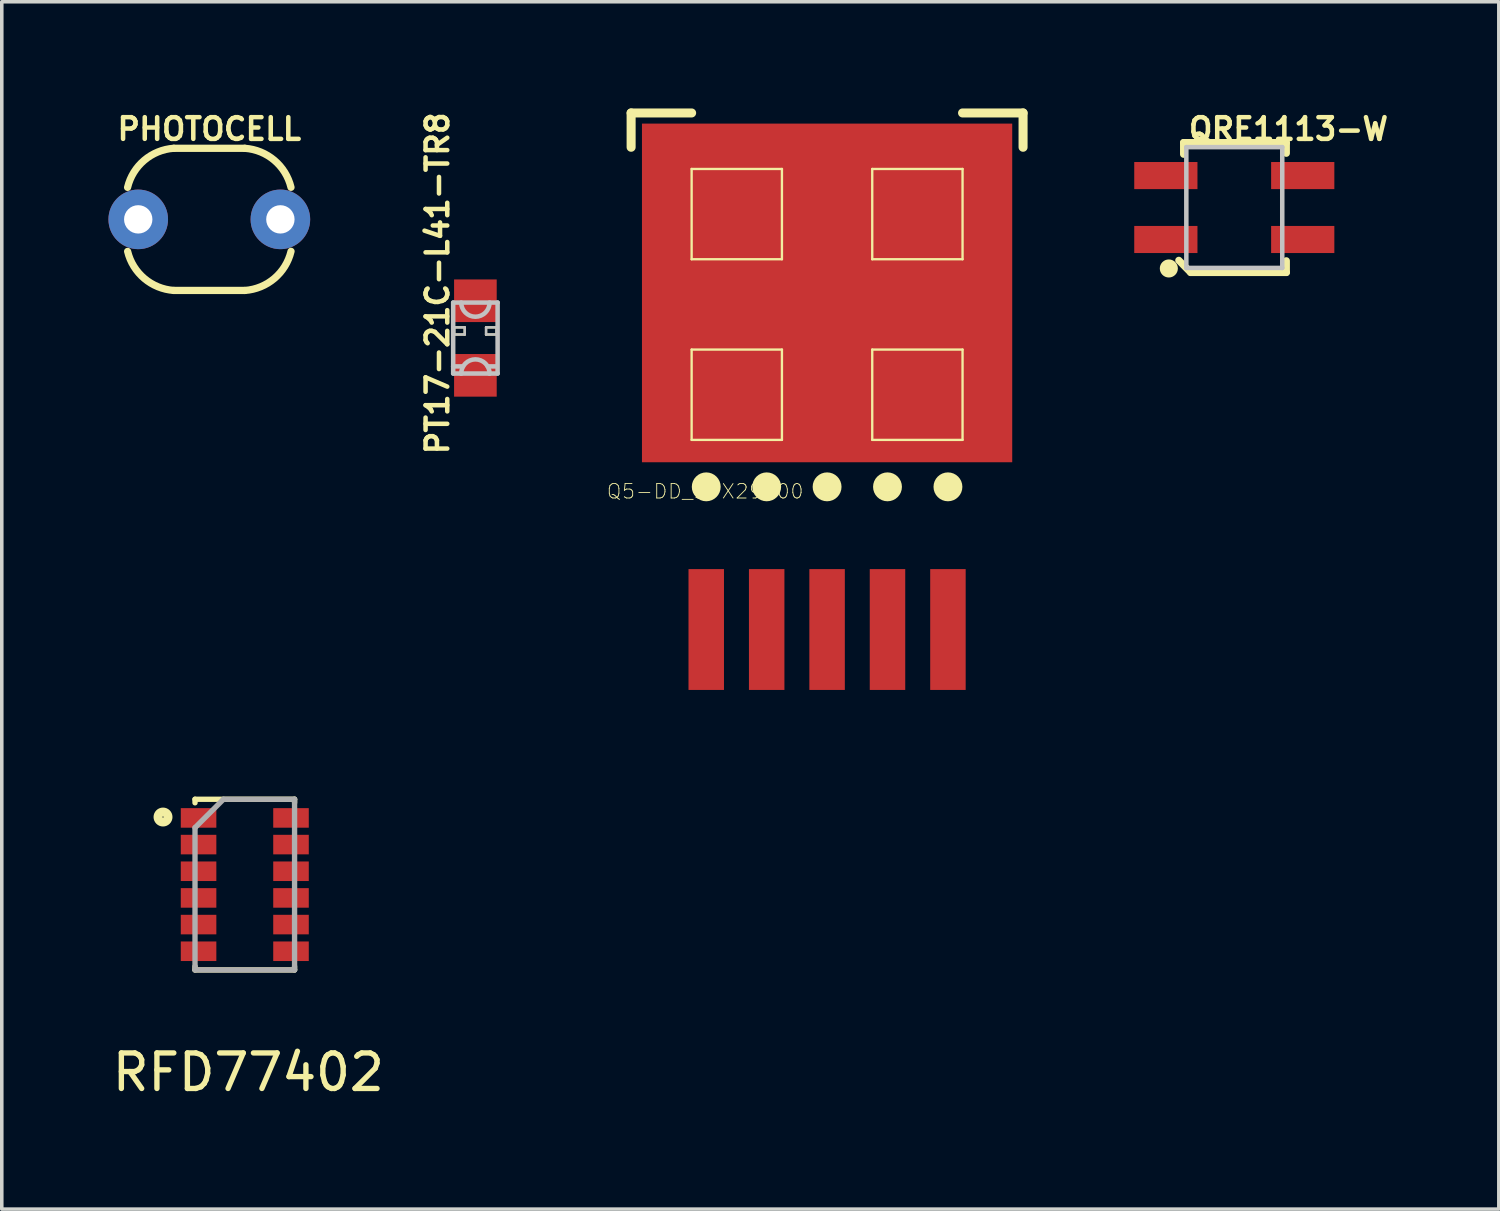
<source format=kicad_pcb>
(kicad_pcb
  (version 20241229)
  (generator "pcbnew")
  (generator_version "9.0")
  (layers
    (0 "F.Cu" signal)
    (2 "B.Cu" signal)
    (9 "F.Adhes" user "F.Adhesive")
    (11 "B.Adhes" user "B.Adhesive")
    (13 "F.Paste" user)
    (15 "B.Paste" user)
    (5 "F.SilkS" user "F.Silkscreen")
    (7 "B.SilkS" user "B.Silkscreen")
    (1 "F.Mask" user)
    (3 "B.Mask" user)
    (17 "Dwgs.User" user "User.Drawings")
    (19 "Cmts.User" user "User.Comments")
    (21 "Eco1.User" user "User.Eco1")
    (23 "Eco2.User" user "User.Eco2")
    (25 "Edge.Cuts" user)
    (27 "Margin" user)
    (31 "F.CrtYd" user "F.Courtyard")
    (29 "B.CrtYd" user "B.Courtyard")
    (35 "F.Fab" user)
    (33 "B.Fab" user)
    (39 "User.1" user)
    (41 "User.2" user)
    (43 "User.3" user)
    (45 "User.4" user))
  (footprint "Q5-DD_SPX29300"
    (layer "F.Cu")
    (at 20.213 6.782)
    (property "Reference" "Q5-DD_SPX29300" (at -3.429 3.988 0) (layer "F.SilkS") (effects (font (size 0.406 0.406) (thickness 0.025))))
    (attr smd)
    (fp_line (start -5.512 -6.655) (end -3.81 -6.655) (stroke (width 0.254) (type solid)) (layer "F.SilkS"))
    (fp_line (start -5.512 -5.69) (end -5.512 -6.655) (stroke (width 0.254) (type solid)) (layer "F.SilkS"))
    (fp_line (start -3.81 -5.08) (end -1.27 -5.08) (stroke (width 0.066) (type solid)) (layer "F.SilkS"))
    (fp_line (start -3.81 -2.54) (end -3.81 -5.08) (stroke (width 0.066) (type solid)) (layer "F.SilkS"))
    (fp_line (start -3.81 -2.54) (end -1.27 -2.54) (stroke (width 0.066) (type solid)) (layer "F.SilkS"))
    (fp_line (start -3.81 0) (end -1.27 0) (stroke (width 0.066) (type solid)) (layer "F.SilkS"))
    (fp_line (start -3.81 2.54) (end -3.81 0) (stroke (width 0.066) (type solid)) (layer "F.SilkS"))
    (fp_line (start -3.81 2.54) (end -1.27 2.54) (stroke (width 0.066) (type solid)) (layer "F.SilkS"))
    (fp_line (start -1.27 -2.54) (end -1.27 -5.08) (stroke (width 0.066) (type solid)) (layer "F.SilkS"))
    (fp_line (start -1.27 2.54) (end -1.27 0) (stroke (width 0.066) (type solid)) (layer "F.SilkS"))
    (fp_line (start 1.27 -5.08) (end 3.81 -5.08) (stroke (width 0.066) (type solid)) (layer "F.SilkS"))
    (fp_line (start 1.27 -2.54) (end 1.27 -5.08) (stroke (width 0.066) (type solid)) (layer "F.SilkS"))
    (fp_line (start 1.27 -2.54) (end 3.81 -2.54) (stroke (width 0.066) (type solid)) (layer "F.SilkS"))
    (fp_line (start 1.27 0) (end 3.81 0) (stroke (width 0.066) (type solid)) (layer "F.SilkS"))
    (fp_line (start 1.27 2.54) (end 1.27 0) (stroke (width 0.066) (type solid)) (layer "F.SilkS"))
    (fp_line (start 1.27 2.54) (end 3.81 2.54) (stroke (width 0.066) (type solid)) (layer "F.SilkS"))
    (fp_line (start 3.81 -2.54) (end 3.81 -5.08) (stroke (width 0.066) (type solid)) (layer "F.SilkS"))
    (fp_line (start 3.81 2.54) (end 3.81 0) (stroke (width 0.066) (type solid)) (layer "F.SilkS"))
    (fp_line (start 5.512 -6.655) (end 3.81 -6.655) (stroke (width 0.254) (type solid)) (layer "F.SilkS"))
    (fp_line (start 5.512 -5.69) (end 5.512 -6.655) (stroke (width 0.254) (type solid)) (layer "F.SilkS"))
    (fp_circle (center -3.399 3.861) (end -3.399 3.658) (stroke (width 0.406) (type solid)) (fill no) (layer "F.SilkS"))
    (fp_circle (center -1.699 3.861) (end -1.699 3.658) (stroke (width 0.406) (type solid)) (fill no) (layer "F.SilkS"))
    (fp_circle (center 0 3.861) (end 0 3.658) (stroke (width 0.406) (type solid)) (fill no) (layer "F.SilkS"))
    (fp_circle (center 1.699 3.861) (end 1.699 3.658) (stroke (width 0.406) (type solid)) (fill no) (layer "F.SilkS"))
    (fp_circle (center 3.399 3.861) (end 3.399 3.658) (stroke (width 0.406) (type solid)) (fill no) (layer "F.SilkS"))
    (pad "1" smd rect (at -3.399 7.874) (size 0.998 3.399) (layers "F.Cu" "F.Mask" "F.Paste"))
    (pad "2" smd rect (at -1.699 7.874) (size 0.998 3.399) (layers "F.Cu" "F.Mask" "F.Paste"))
    (pad "3" smd rect (at 0 7.874) (size 0.998 3.399) (layers "F.Cu" "F.Mask" "F.Paste"))
    (pad "4" smd rect (at 1.699 7.874) (size 0.998 3.399) (layers "F.Cu" "F.Mask" "F.Paste"))
    (pad "5" smd rect (at 3.399 7.874) (size 0.998 3.399) (layers "F.Cu" "F.Mask" "F.Paste"))
    (pad "6" smd rect (at 0 -1.593) (size 10.414 9.525) (layers "F.Cu" "F.Mask" "F.Paste")))
  (footprint "PHOTOCELL"
    (layer "F.Cu")
    (at 2.837 3.12)
    (property "Reference" "PHOTOCELL" (at 0 -2.54 0) (layer "F.SilkS") (effects (font (size 0.61 0.61) (thickness 0.127))))
    (attr exclude_from_pos_files exclude_from_bom)
    (fp_line (start -0.998 -1.999) (end 0.998 -1.999) (stroke (width 0.203) (type solid)) (layer "F.SilkS"))
    (fp_line (start 0.998 1.999) (end -0.998 1.999) (stroke (width 0.203) (type solid)) (layer "F.SilkS"))
    (fp_arc (start -2.2987 -0.89916) (mid -1.829557 -1.661826) (end -1.000248 -1.999466) (stroke (width 0.2032) (type solid)) (layer "F.SilkS"))
    (fp_arc (start -0.99822 1.99898) (mid -1.827635 1.662634) (end -2.297627 0.900948) (stroke (width 0.2032) (type solid)) (layer "F.SilkS"))
    (fp_arc (start 0.99822 -1.99898) (mid 1.827635 -1.662634) (end 2.297627 -0.900948) (stroke (width 0.2032) (type solid)) (layer "F.SilkS"))
    (fp_arc (start 2.2987 0.89916) (mid 1.829557 1.661826) (end 1.000248 1.999466) (stroke (width 0.2032) (type solid)) (layer "F.SilkS"))
    (pad "1" thru_hole circle (at -1.999 0) (size 1.676 1.676) (drill 0.798) (layers "*.Cu" "*.Paste" "*.Mask"))
    (pad "2" thru_hole circle (at 1.999 0) (size 1.676 1.676) (drill 0.798) (layers "*.Cu" "*.Paste" "*.Mask")))
  (footprint "PT17-21C-L41-TR8"
    (layer "F.Cu")
    (at 10.321 6.458)
    (property "Reference" "PT17-21C-L41-TR8" (at -1.067 -1.539 90) (layer "F.SilkS") (effects (font (size 0.61 0.61) (thickness 0.127))))
    (attr smd)
    (fp_line (start -0.599 -0.3) (end -0.3 -0.3) (stroke (width 0.066) (type solid)) (layer "F.SilkS"))
    (fp_line (start -0.599 -0.099) (end -0.599 -0.3) (stroke (width 0.066) (type solid)) (layer "F.SilkS"))
    (fp_line (start -0.599 -0.099) (end -0.3 -0.099) (stroke (width 0.066) (type solid)) (layer "F.SilkS"))
    (fp_line (start -0.3 -0.099) (end -0.3 -0.3) (stroke (width 0.066) (type solid)) (layer "F.SilkS"))
    (fp_line (start 0.3 -0.3) (end 0.599 -0.3) (stroke (width 0.066) (type solid)) (layer "F.SilkS"))
    (fp_line (start 0.3 -0.099) (end 0.3 -0.3) (stroke (width 0.066) (type solid)) (layer "F.SilkS"))
    (fp_line (start 0.3 -0.099) (end 0.599 -0.099) (stroke (width 0.066) (type solid)) (layer "F.SilkS"))
    (fp_line (start 0.599 -0.099) (end 0.599 -0.3) (stroke (width 0.066) (type solid)) (layer "F.SilkS"))
    (fp_line (start -0.625 -0.998) (end 0.625 -0.998) (stroke (width 0.127) (type solid)) (layer "Dwgs.User"))
    (fp_line (start -0.625 0.798) (end -0.625 -0.998) (stroke (width 0.127) (type solid)) (layer "Dwgs.User"))
    (fp_line (start -0.625 0.998) (end -0.625 0.798) (stroke (width 0.127) (type solid)) (layer "Dwgs.User"))
    (fp_line (start -0.599 -0.3) (end -0.3 -0.3) (stroke (width 0.066) (type solid)) (layer "Dwgs.User"))
    (fp_line (start -0.599 -0.099) (end -0.599 -0.3) (stroke (width 0.066) (type solid)) (layer "Dwgs.User"))
    (fp_line (start -0.599 -0.099) (end -0.3 -0.099) (stroke (width 0.066) (type solid)) (layer "Dwgs.User"))
    (fp_line (start -0.399 0.998) (end -0.625 0.998) (stroke (width 0.127) (type solid)) (layer "Dwgs.User"))
    (fp_line (start -0.348 0.798) (end -0.625 0.798) (stroke (width 0.127) (type solid)) (layer "Dwgs.User"))
    (fp_line (start -0.3 -0.099) (end -0.3 -0.3) (stroke (width 0.066) (type solid)) (layer "Dwgs.User"))
    (fp_line (start 0.3 -0.3) (end 0.599 -0.3) (stroke (width 0.066) (type solid)) (layer "Dwgs.User"))
    (fp_line (start 0.3 -0.099) (end 0.3 -0.3) (stroke (width 0.066) (type solid)) (layer "Dwgs.User"))
    (fp_line (start 0.3 -0.099) (end 0.599 -0.099) (stroke (width 0.066) (type solid)) (layer "Dwgs.User"))
    (fp_line (start 0.399 0.998) (end -0.399 0.998) (stroke (width 0.127) (type solid)) (layer "Dwgs.User"))
    (fp_line (start 0.599 -0.099) (end 0.599 -0.3) (stroke (width 0.066) (type solid)) (layer "Dwgs.User"))
    (fp_line (start 0.599 0.798) (end 0.348 0.798) (stroke (width 0.127) (type solid)) (layer "Dwgs.User"))
    (fp_line (start 0.625 -0.998) (end 0.625 0.998) (stroke (width 0.127) (type solid)) (layer "Dwgs.User"))
    (fp_line (start 0.625 0.998) (end 0.399 0.998) (stroke (width 0.127) (type solid)) (layer "Dwgs.User"))
    (fp_arc (start -0.39878 0.99822) (mid 0 0.59944) (end 0.39878 0.99822) (stroke (width 0.127) (type solid)) (layer "Dwgs.User"))
    (fp_arc (start 0.39878 -0.99822) (mid 0 -0.59944) (end -0.39878 -0.99822) (stroke (width 0.127) (type solid)) (layer "Dwgs.User"))
    (pad "C" smd rect (at 0 -1.049) (size 1.199 1.199) (layers "F.Cu" "F.Mask" "F.Paste"))
    (pad "E" smd rect (at 0 1.049) (size 1.199 1.199) (layers "F.Cu" "F.Mask" "F.Paste")))
  (footprint "QRE1113-W"
    (layer "F.Cu")
    (at 31.666 2.787)
    (property "Reference" "QRE1113-W" (at 1.524 -2.207 0) (layer "F.SilkS") (effects (font (size 0.61 0.61) (thickness 0.127))))
    (attr smd)
    (fp_line (start -1.56 1.486) (end -1.227 1.826) (stroke (width 0.203) (type solid)) (layer "F.SilkS"))
    (fp_line (start -1.425 -1.826) (end 1.463 -1.826) (stroke (width 0.203) (type solid)) (layer "F.SilkS"))
    (fp_line (start -1.425 -1.499) (end -1.425 -1.826) (stroke (width 0.203) (type solid)) (layer "F.SilkS"))
    (fp_line (start -1.227 1.826) (end 1.463 1.826) (stroke (width 0.203) (type solid)) (layer "F.SilkS"))
    (fp_line (start 1.463 -1.826) (end 1.463 -1.527) (stroke (width 0.203) (type solid)) (layer "F.SilkS"))
    (fp_line (start 1.463 1.826) (end 1.463 1.499) (stroke (width 0.203) (type solid)) (layer "F.SilkS"))
    (fp_circle (center -1.841 1.714) (end -1.841 1.46) (stroke (width 0) (type solid)) (fill yes) (layer "F.SilkS"))
    (fp_line (start -1.349 -1.699) (end -1.349 1.699) (stroke (width 0.127) (type solid)) (layer "Dwgs.User"))
    (fp_line (start -1.349 1.699) (end 1.349 1.699) (stroke (width 0.127) (type solid)) (layer "Dwgs.User"))
    (fp_line (start 1.349 -1.699) (end -1.349 -1.699) (stroke (width 0.127) (type solid)) (layer "Dwgs.User"))
    (fp_line (start 1.349 1.699) (end 1.349 -1.699) (stroke (width 0.127) (type solid)) (layer "Dwgs.User"))
    (pad "1" smd rect (at -1.925 0.899) (size 1.778 0.762) (layers "F.Cu" "F.Mask" "F.Paste"))
    (pad "2" smd rect (at 1.925 0.899) (size 1.778 0.762) (layers "F.Cu" "F.Mask" "F.Paste"))
    (pad "3" smd rect (at 1.925 -0.899) (size 1.778 0.762) (layers "F.Cu" "F.Mask" "F.Paste"))
    (pad "4" smd rect (at -1.925 -0.899) (size 1.778 0.762) (layers "F.Cu" "F.Mask" "F.Paste")))
  (footprint "RFD77402"
    (layer "F.Cu")
    (at 3.835 21.83)
    (property "Reference" "RFD77402" (at 0.1 5.28 0) (layer "F.SilkS") (effects (font (size 1 1) (thickness 0.15))))
    (attr through_hole)
    (fp_line (start -1.4 -2.4) (end -1.4 -2.3) (stroke (width 0.15) (type solid)) (layer "F.SilkS"))
    (fp_line (start -1.4 -2.4) (end 1.4 -2.4) (stroke (width 0.15) (type solid)) (layer "F.SilkS"))
    (fp_line (start -1.4 2.4) (end -1.4 2.3) (stroke (width 0.15) (type solid)) (layer "F.SilkS"))
    (fp_line (start 1.4 -2.4) (end 1.4 -2.3) (stroke (width 0.15) (type solid)) (layer "F.SilkS"))
    (fp_line (start 1.4 2.4) (end -1.4 2.4) (stroke (width 0.15) (type solid)) (layer "F.SilkS"))
    (fp_line (start 1.4 2.4) (end 1.4 2.3) (stroke (width 0.15) (type solid)) (layer "F.SilkS"))
    (fp_circle (center -2.3 -1.9) (end -2.2 -1.8) (stroke (width 0.25) (type solid)) (fill no) (layer "F.SilkS"))
    (fp_line (start -1.4 -1.6) (end -1.4 2.4) (stroke (width 0.15) (type solid)) (layer "F.Fab"))
    (fp_line (start -1.4 2.4) (end 1.4 2.4) (stroke (width 0.15) (type solid)) (layer "F.Fab"))
    (fp_line (start -0.6 -2.4) (end -1.4 -1.6) (stroke (width 0.15) (type solid)) (layer "F.Fab"))
    (fp_line (start 1.4 -2.4) (end -0.6 -2.4) (stroke (width 0.15) (type solid)) (layer "F.Fab"))
    (fp_line (start 1.4 2.4) (end 1.4 -2.4) (stroke (width 0.15) (type solid)) (layer "F.Fab"))
    (pad "1" smd rect (at -1.3 -1.875 270) (size 0.55 1) (layers "F.Cu" "F.Mask" "F.Paste"))
    (pad "2" smd rect (at -1.3 -1.125 270) (size 0.55 1) (layers "F.Cu" "F.Mask" "F.Paste"))
    (pad "3" smd rect (at -1.3 -0.375 270) (size 0.55 1) (layers "F.Cu" "F.Mask" "F.Paste"))
    (pad "4" smd rect (at -1.3 0.375 270) (size 0.55 1) (layers "F.Cu" "F.Mask" "F.Paste"))
    (pad "5" smd rect (at -1.3 1.125 270) (size 0.55 1) (layers "F.Cu" "F.Mask" "F.Paste"))
    (pad "6" smd rect (at -1.3 1.875 270) (size 0.55 1) (layers "F.Cu" "F.Mask" "F.Paste"))
    (pad "7" smd rect (at 1.3 1.875 270) (size 0.55 1) (layers "F.Cu" "F.Mask" "F.Paste"))
    (pad "8" smd rect (at 1.3 1.125 270) (size 0.55 1) (layers "F.Cu" "F.Mask" "F.Paste"))
    (pad "9" smd rect (at 1.3 0.375 270) (size 0.55 1) (layers "F.Cu" "F.Mask" "F.Paste"))
    (pad "10" smd rect (at 1.3 -0.375 270) (size 0.55 1) (layers "F.Cu" "F.Mask" "F.Paste"))
    (pad "11" smd rect (at 1.3 -1.125 270) (size 0.55 1) (layers "F.Cu" "F.Mask" "F.Paste"))
    (pad "12" smd rect (at 1.3 -1.875 270) (size 0.55 1) (layers "F.Cu" "F.Mask" "F.Paste")))
  (gr_rect
    (start -3 -3)
    (end 39.106 30.958)
    (stroke (width 0.1) (type default))
    (fill no)
    (layer "Edge.Cuts")))
</source>
